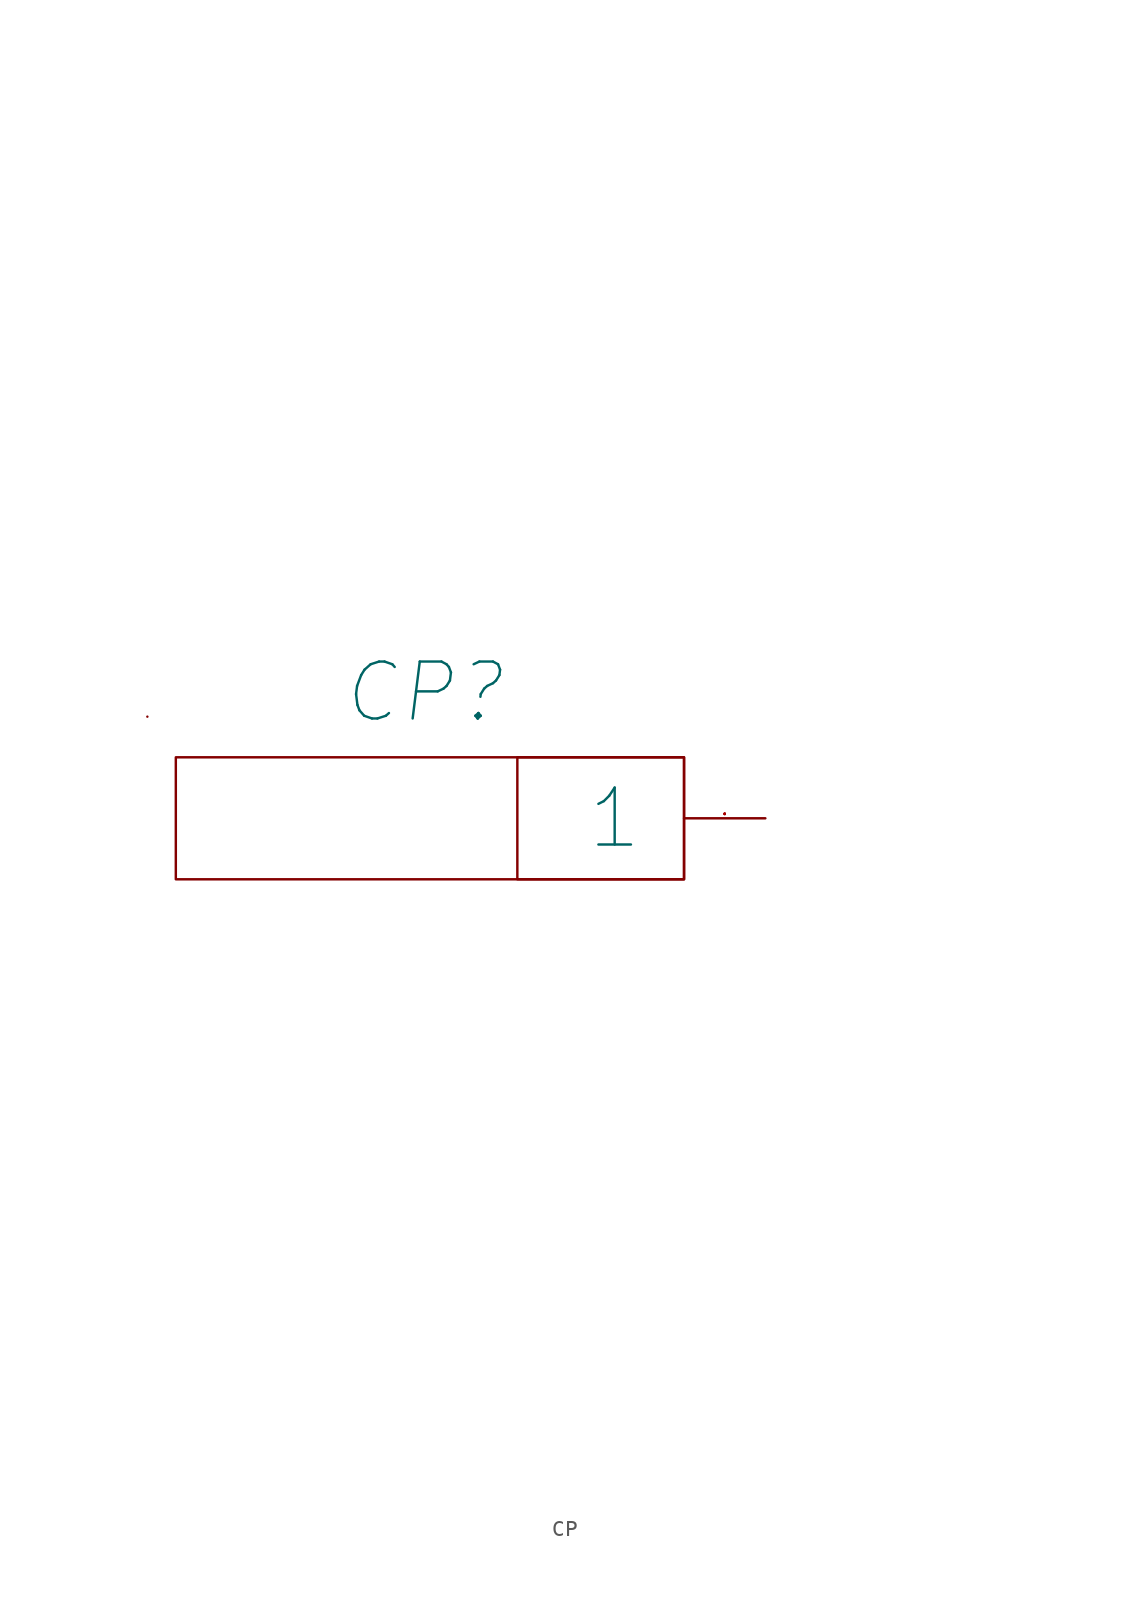
<source format=kicad_sym>
(kicad_symbol_lib
  (version 20210619)
  (generator kicad_symbol_editor)
  (symbol "my_Library:CP"
    (pin_names
      (offset 2.54))
    (property "Reference" "CP"
      (at -21.336 7.874 0)
      (effects (font (size 3.556 3.556) italic)))
    (property "PIN1" "  "
      (at -12.636 37.959 0)
      (effects (font (size 2.007 2.007) italic)))
    (property "PIN2" "   "
      (at -12.636 33.722 0)
      (effects (font (size 2.007 2.007) italic)))
    (property "PIN3" " "
      (at -12.636 29.485 0)
      (effects (font (size 2.007 2.007) italic)))
    (property "PIN4" "  "
      (at -12.636 25.248 0)
      (effects (font (size 2.007 2.007) italic)))
    (property "PIN5" " "
      (at -12.636 21.011 0)
      (effects (font (size 2.007 2.007) italic)))
    (symbol "CP_0_0"
      (pin passive line (at 0 0 180) (length 5.08) (name "1" (effects (font (size 3.556 3.556)))) (number "1" (effects (font (size 0.025 0.025))))))
    (symbol "CP_1_1"
      (text " " (at 9.906 -12.7 0) (effects (font (size 2.007 2.007) italic)))
      (text " " (at 9.906 -7.62 0) (effects (font (size 2.007 2.007) italic)))
      (text " " (at 9.906 -2.54 0) (effects (font (size 2.007 2.007) italic)))
      (text " " (at 9.906 2.54 0) (effects (font (size 2.007 2.007) italic)))
      (text " " (at 9.906 17.78 0) (effects (font (size 2.007 2.007) italic)))
      (text " " (at 12.446 -34.29 0) (effects (font (size 2.007 2.007) italic)))
      (text " " (at 12.446 -29.21 0) (effects (font (size 2.007 2.007) italic)))
      (text " " (at 12.446 -24.13 0) (effects (font (size 2.007 2.007) italic)))
      (rectangle (start -38.608 6.35) (end -38.608 6.35) (stroke (width 0)) (fill (type none)))
      (rectangle (start -36.83 3.81) (end -5.08 -3.81) (stroke (width 0)) (fill (type none)))
      (rectangle (start -15.494 3.81) (end -5.08 -3.81) (stroke (width 0)) (fill (type none))))))
</source>
